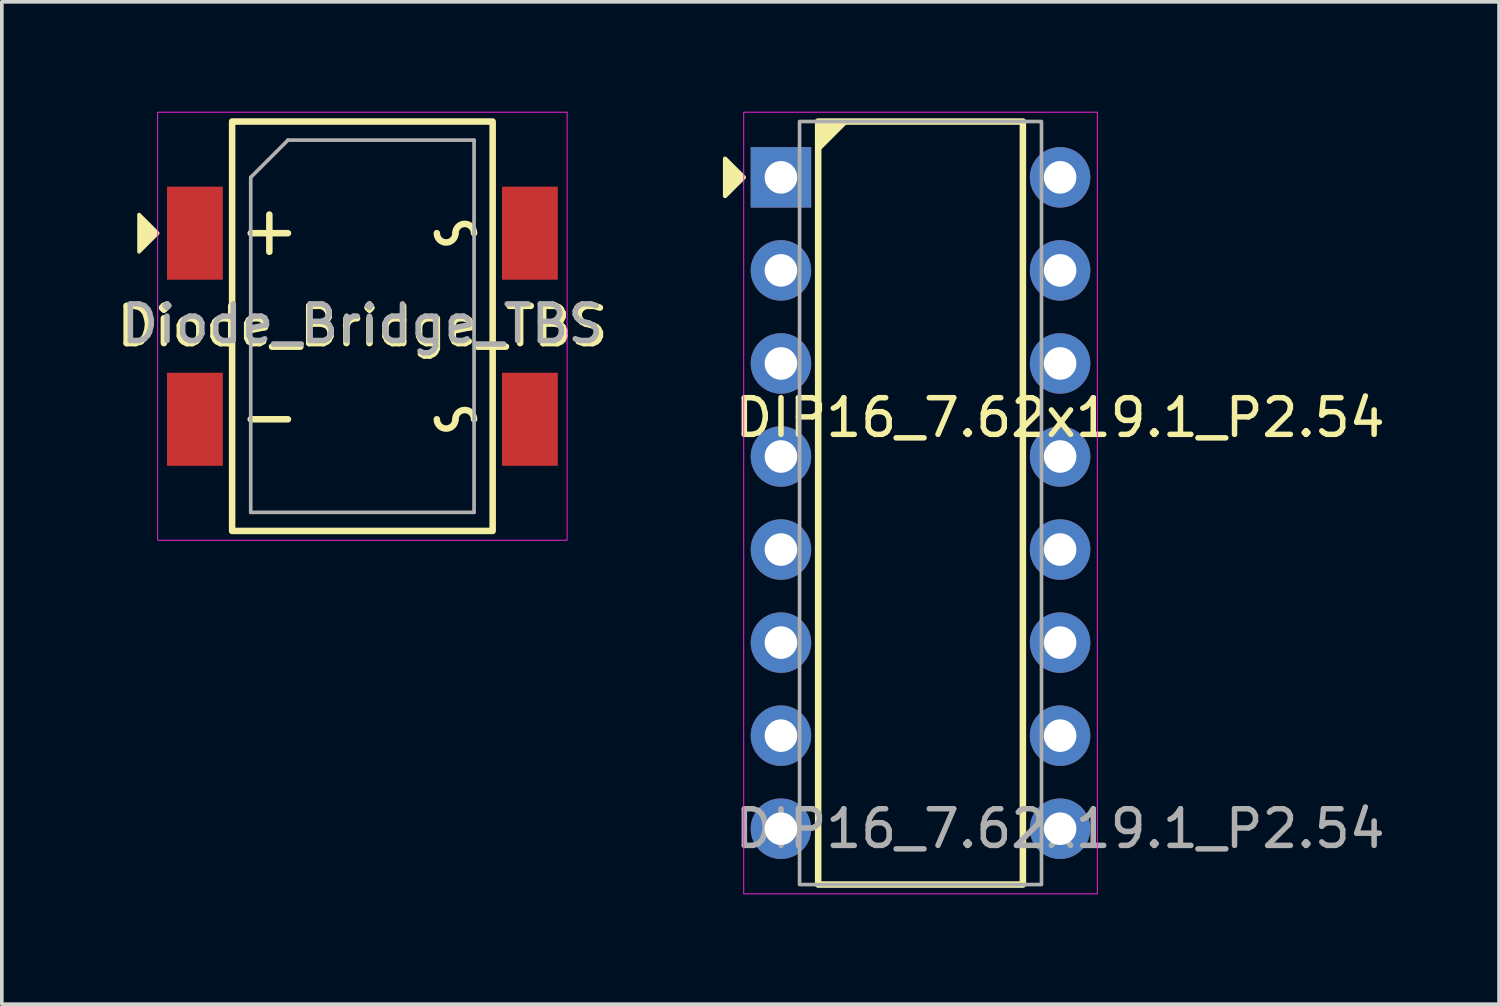
<source format=kicad_pcb>
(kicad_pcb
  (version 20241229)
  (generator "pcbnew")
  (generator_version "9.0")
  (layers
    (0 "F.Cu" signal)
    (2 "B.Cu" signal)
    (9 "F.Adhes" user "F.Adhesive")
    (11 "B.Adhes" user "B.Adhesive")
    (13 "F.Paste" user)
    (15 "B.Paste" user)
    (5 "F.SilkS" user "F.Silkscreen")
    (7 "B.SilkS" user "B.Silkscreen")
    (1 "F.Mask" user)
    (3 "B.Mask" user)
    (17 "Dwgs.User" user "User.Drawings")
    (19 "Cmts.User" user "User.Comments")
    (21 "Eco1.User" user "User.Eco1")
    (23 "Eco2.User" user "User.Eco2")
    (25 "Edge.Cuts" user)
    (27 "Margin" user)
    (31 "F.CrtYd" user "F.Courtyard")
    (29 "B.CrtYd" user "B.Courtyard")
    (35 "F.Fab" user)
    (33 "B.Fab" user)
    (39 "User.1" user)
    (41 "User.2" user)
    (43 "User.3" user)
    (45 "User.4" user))
  (footprint "DIP16_7.62x19.1_P2.54"
    (layer "F.Cu")
    (at 22.077 10.681)
    (property "Reference" "DIP16_7.62x19.1_P2.54" (at 3.81 -2.33 0) (layer "F.SilkS") (effects (font (size 1 1) (thickness 0.15))))
    (attr through_hole)
    (fp_rect (start -2.794 -10.414) (end 2.794 10.414) (stroke (width 0.178) (type solid)) (fill no) (layer "F.SilkS"))
    (fp_poly (pts (xy -4.826 -8.89) (xy -5.334 -8.382) (xy -5.334 -9.398)) (stroke (width 0.12) (type solid)) (fill yes) (layer "F.SilkS"))
    (fp_poly (pts (xy -2.794 -9.652) (xy -2.794 -10.414) (xy -2.032 -10.414)) (stroke (width 0.12) (type solid)) (fill yes) (layer "F.SilkS"))
    (fp_rect (start -4.826 10.668) (end 4.826 -10.668) (stroke (width 0.025) (type solid)) (fill no) (layer "F.CrtYd"))
    (fp_rect (start -3.302 10.414) (end 3.302 -10.414) (stroke (width 0.1) (type solid)) (fill no) (layer "F.Fab"))
    (fp_text user "${REFERENCE}" (at 3.81 8.89 0) (layer "F.Fab") (effects (font (size 1 1) (thickness 0.15))))
    (pad "1" thru_hole rect (at -3.81 -8.89) (size 1.651 1.651) (drill 0.889) (layers "*.Cu" "*.Mask"))
    (pad "2" thru_hole circle (at -3.81 -6.35) (size 1.651 1.651) (drill 0.889) (layers "*.Cu" "*.Mask"))
    (pad "3" thru_hole circle (at -3.81 -3.81) (size 1.651 1.651) (drill 0.889) (layers "*.Cu" "*.Mask"))
    (pad "4" thru_hole circle (at -3.81 -1.27) (size 1.651 1.651) (drill 0.889) (layers "*.Cu" "*.Mask"))
    (pad "5" thru_hole circle (at -3.81 1.27) (size 1.651 1.651) (drill 0.889) (layers "*.Cu" "*.Mask"))
    (pad "6" thru_hole circle (at -3.81 3.81) (size 1.651 1.651) (drill 0.889) (layers "*.Cu" "*.Mask"))
    (pad "7" thru_hole circle (at -3.81 6.35) (size 1.651 1.651) (drill 0.889) (layers "*.Cu" "*.Mask"))
    (pad "8" thru_hole circle (at -3.81 8.89) (size 1.651 1.651) (drill 0.889) (layers "*.Cu" "*.Mask"))
    (pad "9" thru_hole circle (at 3.81 8.89) (size 1.651 1.651) (drill 0.889) (layers "*.Cu" "*.Mask"))
    (pad "10" thru_hole circle (at 3.81 6.35) (size 1.651 1.651) (drill 0.889) (layers "*.Cu" "*.Mask"))
    (pad "11" thru_hole circle (at 3.81 3.81) (size 1.651 1.651) (drill 0.889) (layers "*.Cu" "*.Mask"))
    (pad "12" thru_hole circle (at 3.81 1.27) (size 1.651 1.651) (drill 0.889) (layers "*.Cu" "*.Mask"))
    (pad "13" thru_hole circle (at 3.81 -1.27) (size 1.651 1.651) (drill 0.889) (layers "*.Cu" "*.Mask"))
    (pad "14" thru_hole circle (at 3.81 -3.81) (size 1.651 1.651) (drill 0.889) (layers "*.Cu" "*.Mask"))
    (pad "15" thru_hole circle (at 3.81 -6.35) (size 1.651 1.651) (drill 0.889) (layers "*.Cu" "*.Mask"))
    (pad "16" thru_hole circle (at 3.81 -8.89) (size 1.651 1.651) (drill 0.889) (layers "*.Cu" "*.Mask")))
  (footprint "Diode_Bridge_TBS"
    (layer "F.Cu")
    (at 6.842 5.855)
    (property "Reference" "Diode_Bridge_TBS" (at 0 0 0) (layer "F.SilkS") (effects (font (size 1.016 1.016) (thickness 0.178))))
    (attr smd)
    (fp_line (start -3.048 -2.54) (end -2.032 -2.54) (stroke (width 0.178) (type solid)) (layer "F.SilkS"))
    (fp_line (start -3.048 2.54) (end -2.032 2.54) (stroke (width 0.178) (type solid)) (layer "F.SilkS"))
    (fp_line (start -2.54 -3.048) (end -2.54 -2.032) (stroke (width 0.178) (type solid)) (layer "F.SilkS"))
    (fp_rect (start -3.556 -5.588) (end 3.556 5.588) (stroke (width 0.178) (type solid)) (fill no) (layer "F.SilkS"))
    (fp_arc (start 2.54 -2.54) (mid 2.286 -2.286) (end 2.032 -2.54) (stroke (width 0.1778) (type solid)) (layer "F.SilkS"))
    (fp_arc (start 2.54 -2.54) (mid 2.794 -2.794) (end 3.048 -2.54) (stroke (width 0.1778) (type solid)) (layer "F.SilkS"))
    (fp_arc (start 2.54 2.54) (mid 2.286 2.794) (end 2.032 2.54) (stroke (width 0.1778) (type solid)) (layer "F.SilkS"))
    (fp_arc (start 2.54 2.54) (mid 2.794 2.286) (end 3.048 2.54) (stroke (width 0.1778) (type solid)) (layer "F.SilkS"))
    (fp_poly (pts (xy -5.588 -2.54) (xy -6.096 -2.032) (xy -6.096 -3.048)) (stroke (width 0.1) (type solid)) (fill yes) (layer "F.SilkS"))
    (fp_rect (start -5.588 -5.842) (end 5.588 5.842) (stroke (width 0.025) (type solid)) (fill no) (layer "F.CrtYd"))
    (fp_line (start -3.048 -4.064) (end -3.048 5.08) (stroke (width 0.1) (type solid)) (layer "F.Fab"))
    (fp_line (start -3.048 5.08) (end 3.048 5.08) (stroke (width 0.1) (type solid)) (layer "F.Fab"))
    (fp_line (start -2.032 -5.08) (end -3.048 -4.064) (stroke (width 0.1) (type solid)) (layer "F.Fab"))
    (fp_line (start 3.048 -5.08) (end -2.032 -5.08) (stroke (width 0.1) (type solid)) (layer "F.Fab"))
    (fp_line (start 3.048 5.08) (end 3.048 -5.08) (stroke (width 0.1) (type solid)) (layer "F.Fab"))
    (fp_text user "${REFERENCE}" (at 0 -0.065 0) (layer "F.Fab") (effects (font (size 1 1) (thickness 0.15))))
    (pad "1" smd rect (at -4.572 -2.54) (size 1.524 2.54) (layers "F.Cu" "F.Mask" "F.Paste"))
    (pad "2" smd rect (at -4.572 2.54) (size 1.524 2.54) (layers "F.Cu" "F.Mask" "F.Paste"))
    (pad "3" smd rect (at 4.572 2.54) (size 1.524 2.54) (layers "F.Cu" "F.Mask" "F.Paste"))
    (pad "4" smd rect (at 4.572 -2.54) (size 1.524 2.54) (layers "F.Cu" "F.Mask" "F.Paste")))
  (gr_rect
    (start -3 -3)
    (end 37.869 24.361)
    (stroke (width 0.1) (type default))
    (fill no)
    (layer "Edge.Cuts")))
</source>
